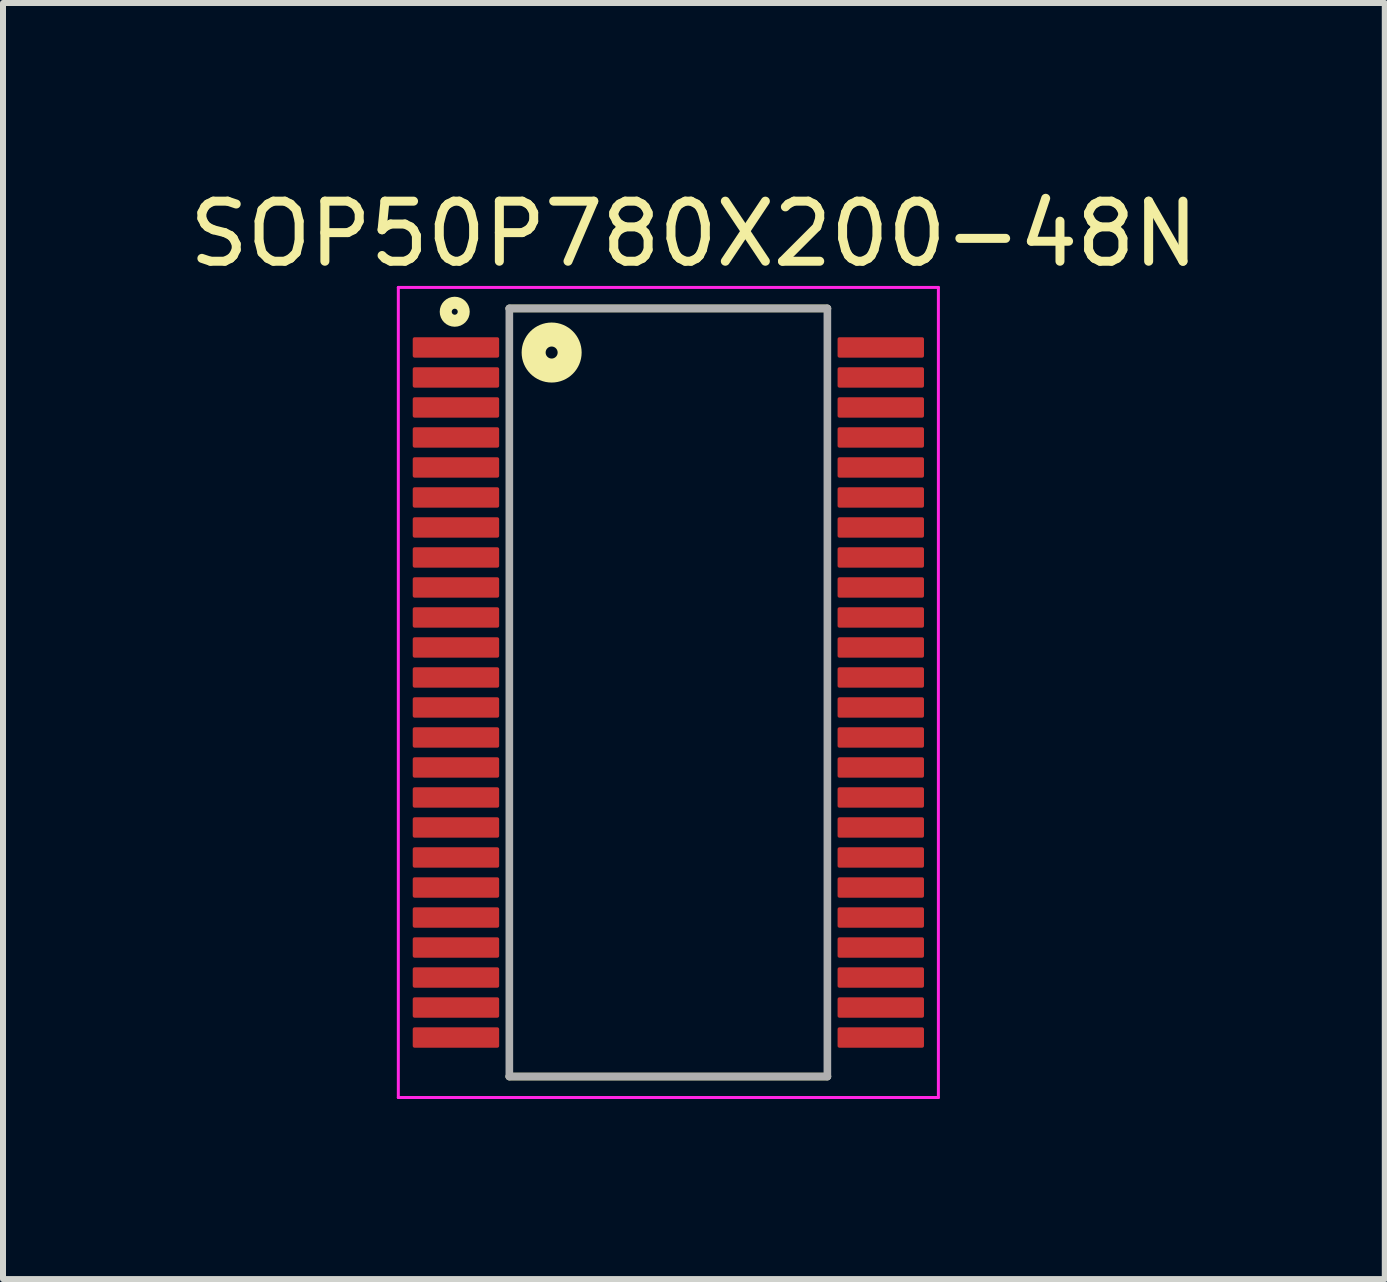
<source format=kicad_pcb>
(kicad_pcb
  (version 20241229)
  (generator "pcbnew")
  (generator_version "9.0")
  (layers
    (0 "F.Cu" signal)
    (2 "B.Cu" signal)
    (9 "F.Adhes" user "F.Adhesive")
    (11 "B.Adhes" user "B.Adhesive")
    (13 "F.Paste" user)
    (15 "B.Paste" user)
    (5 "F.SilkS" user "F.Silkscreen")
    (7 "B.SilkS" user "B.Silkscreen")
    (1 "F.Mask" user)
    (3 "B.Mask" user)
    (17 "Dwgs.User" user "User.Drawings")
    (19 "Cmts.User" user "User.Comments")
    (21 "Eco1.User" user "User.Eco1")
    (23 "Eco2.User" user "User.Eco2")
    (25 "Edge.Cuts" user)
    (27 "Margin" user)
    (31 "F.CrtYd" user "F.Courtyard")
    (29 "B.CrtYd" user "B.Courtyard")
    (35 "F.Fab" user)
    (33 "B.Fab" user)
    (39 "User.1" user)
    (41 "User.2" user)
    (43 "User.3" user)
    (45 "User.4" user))
  (footprint "SOP50P780X200-48N"
    (layer "F.Cu")
    (at 8.088 8.49)
    (property "Reference" "SOP50P780X200-48N" (at 0.425 -7.642 0) (layer "F.SilkS") (effects (font (size 1.001 1.001) (thickness 0.15))))
    (attr through_hole)
    (fp_line (start -2.65 -6.4) (end 2.65 -6.4) (stroke (width 0.127) (type solid)) (layer "F.SilkS"))
    (fp_line (start -2.65 6.4) (end 2.65 6.4) (stroke (width 0.127) (type solid)) (layer "F.SilkS"))
    (fp_circle (center -3.56 -6.345) (end -3.51 -6.345) (stroke (width 0.2) (type solid)) (fill no) (layer "F.SilkS"))
    (fp_circle (center -1.945 -5.665) (end -1.845 -5.665) (stroke (width 0.4) (type solid)) (fill no) (layer "F.SilkS"))
    (fp_line (start -4.5 -6.75) (end 4.5 -6.75) (stroke (width 0.05) (type solid)) (layer "F.CrtYd"))
    (fp_line (start -4.5 6.75) (end -4.5 -6.75) (stroke (width 0.05) (type solid)) (layer "F.CrtYd"))
    (fp_line (start 4.5 -6.75) (end 4.5 6.75) (stroke (width 0.05) (type solid)) (layer "F.CrtYd"))
    (fp_line (start 4.5 6.75) (end -4.5 6.75) (stroke (width 0.05) (type solid)) (layer "F.CrtYd"))
    (fp_line (start -2.65 -6.4) (end 2.65 -6.4) (stroke (width 0.127) (type solid)) (layer "F.Fab"))
    (fp_line (start -2.65 6.4) (end -2.65 -6.4) (stroke (width 0.127) (type solid)) (layer "F.Fab"))
    (fp_line (start 2.65 -6.4) (end 2.65 6.4) (stroke (width 0.127) (type solid)) (layer "F.Fab"))
    (fp_line (start 2.65 6.4) (end -2.65 6.4) (stroke (width 0.127) (type solid)) (layer "F.Fab"))
    (pad "1" smd roundrect (at -3.54 -5.75) (size 1.44 0.34) (layers "F.Cu" "F.Mask" "F.Paste") (roundrect_rratio 0.09))
    (pad "2" smd roundrect (at -3.54 -5.25) (size 1.44 0.34) (layers "F.Cu" "F.Mask" "F.Paste") (roundrect_rratio 0.09))
    (pad "3" smd roundrect (at -3.54 -4.75) (size 1.44 0.34) (layers "F.Cu" "F.Mask" "F.Paste") (roundrect_rratio 0.09))
    (pad "4" smd roundrect (at -3.54 -4.25) (size 1.44 0.34) (layers "F.Cu" "F.Mask" "F.Paste") (roundrect_rratio 0.09))
    (pad "5" smd roundrect (at -3.54 -3.75) (size 1.44 0.34) (layers "F.Cu" "F.Mask" "F.Paste") (roundrect_rratio 0.09))
    (pad "6" smd roundrect (at -3.54 -3.25) (size 1.44 0.34) (layers "F.Cu" "F.Mask" "F.Paste") (roundrect_rratio 0.09))
    (pad "7" smd roundrect (at -3.54 -2.75) (size 1.44 0.34) (layers "F.Cu" "F.Mask" "F.Paste") (roundrect_rratio 0.09))
    (pad "8" smd roundrect (at -3.54 -2.25) (size 1.44 0.34) (layers "F.Cu" "F.Mask" "F.Paste") (roundrect_rratio 0.09))
    (pad "9" smd roundrect (at -3.54 -1.75) (size 1.44 0.34) (layers "F.Cu" "F.Mask" "F.Paste") (roundrect_rratio 0.09))
    (pad "10" smd roundrect (at -3.54 -1.25) (size 1.44 0.34) (layers "F.Cu" "F.Mask" "F.Paste") (roundrect_rratio 0.09))
    (pad "11" smd roundrect (at -3.54 -0.75) (size 1.44 0.34) (layers "F.Cu" "F.Mask" "F.Paste") (roundrect_rratio 0.09))
    (pad "12" smd roundrect (at -3.54 -0.25) (size 1.44 0.34) (layers "F.Cu" "F.Mask" "F.Paste") (roundrect_rratio 0.09))
    (pad "13" smd roundrect (at -3.54 0.25) (size 1.44 0.34) (layers "F.Cu" "F.Mask" "F.Paste") (roundrect_rratio 0.09))
    (pad "14" smd roundrect (at -3.54 0.75) (size 1.44 0.34) (layers "F.Cu" "F.Mask" "F.Paste") (roundrect_rratio 0.09))
    (pad "15" smd roundrect (at -3.54 1.25) (size 1.44 0.34) (layers "F.Cu" "F.Mask" "F.Paste") (roundrect_rratio 0.09))
    (pad "16" smd roundrect (at -3.54 1.75) (size 1.44 0.34) (layers "F.Cu" "F.Mask" "F.Paste") (roundrect_rratio 0.09))
    (pad "17" smd roundrect (at -3.54 2.25) (size 1.44 0.34) (layers "F.Cu" "F.Mask" "F.Paste") (roundrect_rratio 0.09))
    (pad "18" smd roundrect (at -3.54 2.75) (size 1.44 0.34) (layers "F.Cu" "F.Mask" "F.Paste") (roundrect_rratio 0.09))
    (pad "19" smd roundrect (at -3.54 3.25) (size 1.44 0.34) (layers "F.Cu" "F.Mask" "F.Paste") (roundrect_rratio 0.09))
    (pad "20" smd roundrect (at -3.54 3.75) (size 1.44 0.34) (layers "F.Cu" "F.Mask" "F.Paste") (roundrect_rratio 0.09))
    (pad "21" smd roundrect (at -3.54 4.25) (size 1.44 0.34) (layers "F.Cu" "F.Mask" "F.Paste") (roundrect_rratio 0.09))
    (pad "22" smd roundrect (at -3.54 4.75) (size 1.44 0.34) (layers "F.Cu" "F.Mask" "F.Paste") (roundrect_rratio 0.09))
    (pad "23" smd roundrect (at -3.54 5.25) (size 1.44 0.34) (layers "F.Cu" "F.Mask" "F.Paste") (roundrect_rratio 0.09))
    (pad "24" smd roundrect (at -3.54 5.75) (size 1.44 0.34) (layers "F.Cu" "F.Mask" "F.Paste") (roundrect_rratio 0.09))
    (pad "25" smd roundrect (at 3.54 5.75) (size 1.44 0.34) (layers "F.Cu" "F.Mask" "F.Paste") (roundrect_rratio 0.09))
    (pad "26" smd roundrect (at 3.54 5.25) (size 1.44 0.34) (layers "F.Cu" "F.Mask" "F.Paste") (roundrect_rratio 0.09))
    (pad "27" smd roundrect (at 3.54 4.75) (size 1.44 0.34) (layers "F.Cu" "F.Mask" "F.Paste") (roundrect_rratio 0.09))
    (pad "28" smd roundrect (at 3.54 4.25) (size 1.44 0.34) (layers "F.Cu" "F.Mask" "F.Paste") (roundrect_rratio 0.09))
    (pad "29" smd roundrect (at 3.54 3.75) (size 1.44 0.34) (layers "F.Cu" "F.Mask" "F.Paste") (roundrect_rratio 0.09))
    (pad "30" smd roundrect (at 3.54 3.25) (size 1.44 0.34) (layers "F.Cu" "F.Mask" "F.Paste") (roundrect_rratio 0.09))
    (pad "31" smd roundrect (at 3.54 2.75) (size 1.44 0.34) (layers "F.Cu" "F.Mask" "F.Paste") (roundrect_rratio 0.09))
    (pad "32" smd roundrect (at 3.54 2.25) (size 1.44 0.34) (layers "F.Cu" "F.Mask" "F.Paste") (roundrect_rratio 0.09))
    (pad "33" smd roundrect (at 3.54 1.75) (size 1.44 0.34) (layers "F.Cu" "F.Mask" "F.Paste") (roundrect_rratio 0.09))
    (pad "34" smd roundrect (at 3.54 1.25) (size 1.44 0.34) (layers "F.Cu" "F.Mask" "F.Paste") (roundrect_rratio 0.09))
    (pad "35" smd roundrect (at 3.54 0.75) (size 1.44 0.34) (layers "F.Cu" "F.Mask" "F.Paste") (roundrect_rratio 0.09))
    (pad "36" smd roundrect (at 3.54 0.25) (size 1.44 0.34) (layers "F.Cu" "F.Mask" "F.Paste") (roundrect_rratio 0.09))
    (pad "37" smd roundrect (at 3.54 -0.25) (size 1.44 0.34) (layers "F.Cu" "F.Mask" "F.Paste") (roundrect_rratio 0.09))
    (pad "38" smd roundrect (at 3.54 -0.75) (size 1.44 0.34) (layers "F.Cu" "F.Mask" "F.Paste") (roundrect_rratio 0.09))
    (pad "39" smd roundrect (at 3.54 -1.25) (size 1.44 0.34) (layers "F.Cu" "F.Mask" "F.Paste") (roundrect_rratio 0.09))
    (pad "40" smd roundrect (at 3.54 -1.75) (size 1.44 0.34) (layers "F.Cu" "F.Mask" "F.Paste") (roundrect_rratio 0.09))
    (pad "41" smd roundrect (at 3.54 -2.25) (size 1.44 0.34) (layers "F.Cu" "F.Mask" "F.Paste") (roundrect_rratio 0.09))
    (pad "42" smd roundrect (at 3.54 -2.75) (size 1.44 0.34) (layers "F.Cu" "F.Mask" "F.Paste") (roundrect_rratio 0.09))
    (pad "43" smd roundrect (at 3.54 -3.25) (size 1.44 0.34) (layers "F.Cu" "F.Mask" "F.Paste") (roundrect_rratio 0.09))
    (pad "44" smd roundrect (at 3.54 -3.75) (size 1.44 0.34) (layers "F.Cu" "F.Mask" "F.Paste") (roundrect_rratio 0.09))
    (pad "45" smd roundrect (at 3.54 -4.25) (size 1.44 0.34) (layers "F.Cu" "F.Mask" "F.Paste") (roundrect_rratio 0.09))
    (pad "46" smd roundrect (at 3.54 -4.75) (size 1.44 0.34) (layers "F.Cu" "F.Mask" "F.Paste") (roundrect_rratio 0.09))
    (pad "47" smd roundrect (at 3.54 -5.25) (size 1.44 0.34) (layers "F.Cu" "F.Mask" "F.Paste") (roundrect_rratio 0.09))
    (pad "48" smd roundrect (at 3.54 -5.75) (size 1.44 0.34) (layers "F.Cu" "F.Mask" "F.Paste") (roundrect_rratio 0.09)))
  (gr_rect
    (start -3 -3)
    (end 20.027 18.265)
    (stroke (width 0.1) (type default))
    (fill no)
    (layer "Edge.Cuts")))
</source>
